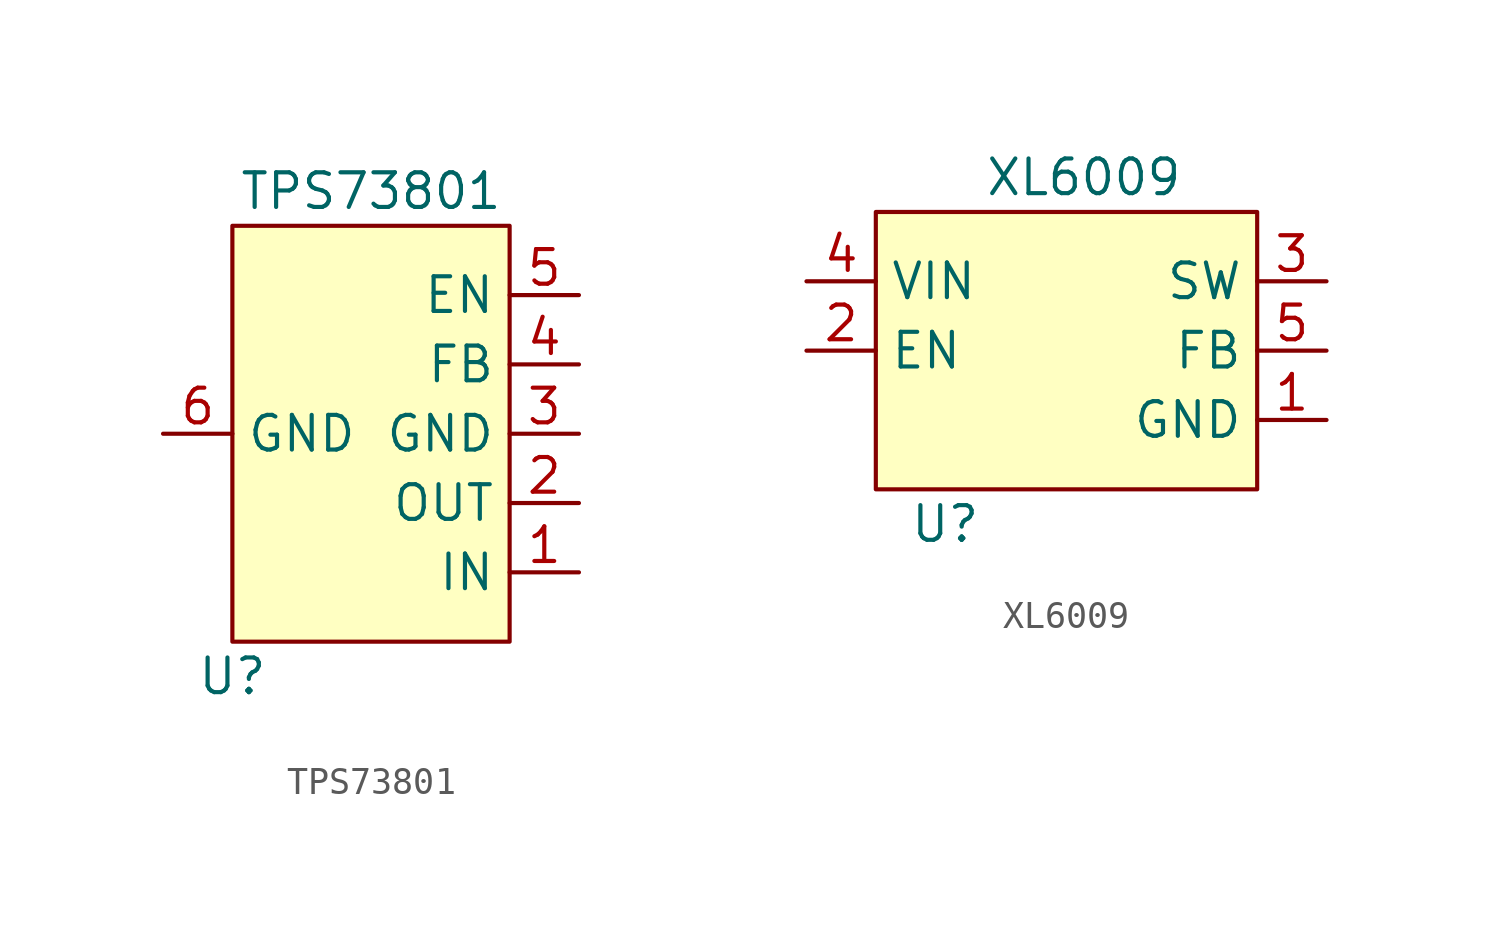
<source format=kicad_sym>
(kicad_symbol_lib
  (version 20211014)
  (generator kicad_symbol_editor)
  (symbol "TPS73801"
    (property "Reference" "U"
      (at -6.35 -8.89 0)
      (effects (font (size 1.27 1.27))))
    (property "Value" "TPS73801"
      (at -1.27 8.89 0)
      (effects (font (size 1.27 1.27))))
    (symbol "TPS73801_0_1"
      (rectangle (start -6.35 7.62) (end 3.81 -7.62) (stroke (width 0) (type default) (color 0 0 0 0)) (fill (type background))))
    (symbol "TPS73801_1_1"
      (pin input line (at 6.35 -5.08 180) (length 2.54) (name "IN" (effects (font (size 1.27 1.27)))) (number "1" (effects (font (size 1.27 1.27)))))
      (pin input line (at 6.35 -2.54 180) (length 2.54) (name "OUT" (effects (font (size 1.27 1.27)))) (number "2" (effects (font (size 1.27 1.27)))))
      (pin input line (at 6.35 0 180) (length 2.54) (name "GND" (effects (font (size 1.27 1.27)))) (number "3" (effects (font (size 1.27 1.27)))))
      (pin input line (at 6.35 2.54 180) (length 2.54) (name "FB" (effects (font (size 1.27 1.27)))) (number "4" (effects (font (size 1.27 1.27)))))
      (pin input line (at 6.35 5.08 180) (length 2.54) (name "EN" (effects (font (size 1.27 1.27)))) (number "5" (effects (font (size 1.27 1.27)))))
      (pin input line (at -8.89 0 0) (length 2.54) (name "GND" (effects (font (size 1.27 1.27)))) (number "6" (effects (font (size 1.27 1.27)))))))
  (symbol "XL6009"
    (property "Reference" "U"
      (at -3.81 -2.54 0)
      (effects (font (size 1.27 1.27))))
    (property "Value" "XL6009"
      (at 1.27 10.16 0)
      (effects (font (size 1.27 1.27))))
    (symbol "XL6009_0_1"
      (rectangle (start -6.35 8.89) (end 7.62 -1.27) (stroke (width 0.152) (type default) (color 0 0 0 0)) (fill (type background))))
    (symbol "XL6009_1_1"
      (pin input line (at 10.16 1.27 180) (length 2.54) (name "GND" (effects (font (size 1.27 1.27)))) (number "1" (effects (font (size 1.27 1.27)))))
      (pin input line (at -8.89 3.81 0) (length 2.54) (name "EN" (effects (font (size 1.27 1.27)))) (number "2" (effects (font (size 1.27 1.27)))))
      (pin input line (at 10.16 6.35 180) (length 2.54) (name "SW" (effects (font (size 1.27 1.27)))) (number "3" (effects (font (size 1.27 1.27)))))
      (pin input line (at -8.89 6.35 0) (length 2.54) (name "VIN" (effects (font (size 1.27 1.27)))) (number "4" (effects (font (size 1.27 1.27)))))
      (pin input line (at 10.16 3.81 180) (length 2.54) (name "FB" (effects (font (size 1.27 1.27)))) (number "5" (effects (font (size 1.27 1.27))))))))
</source>
